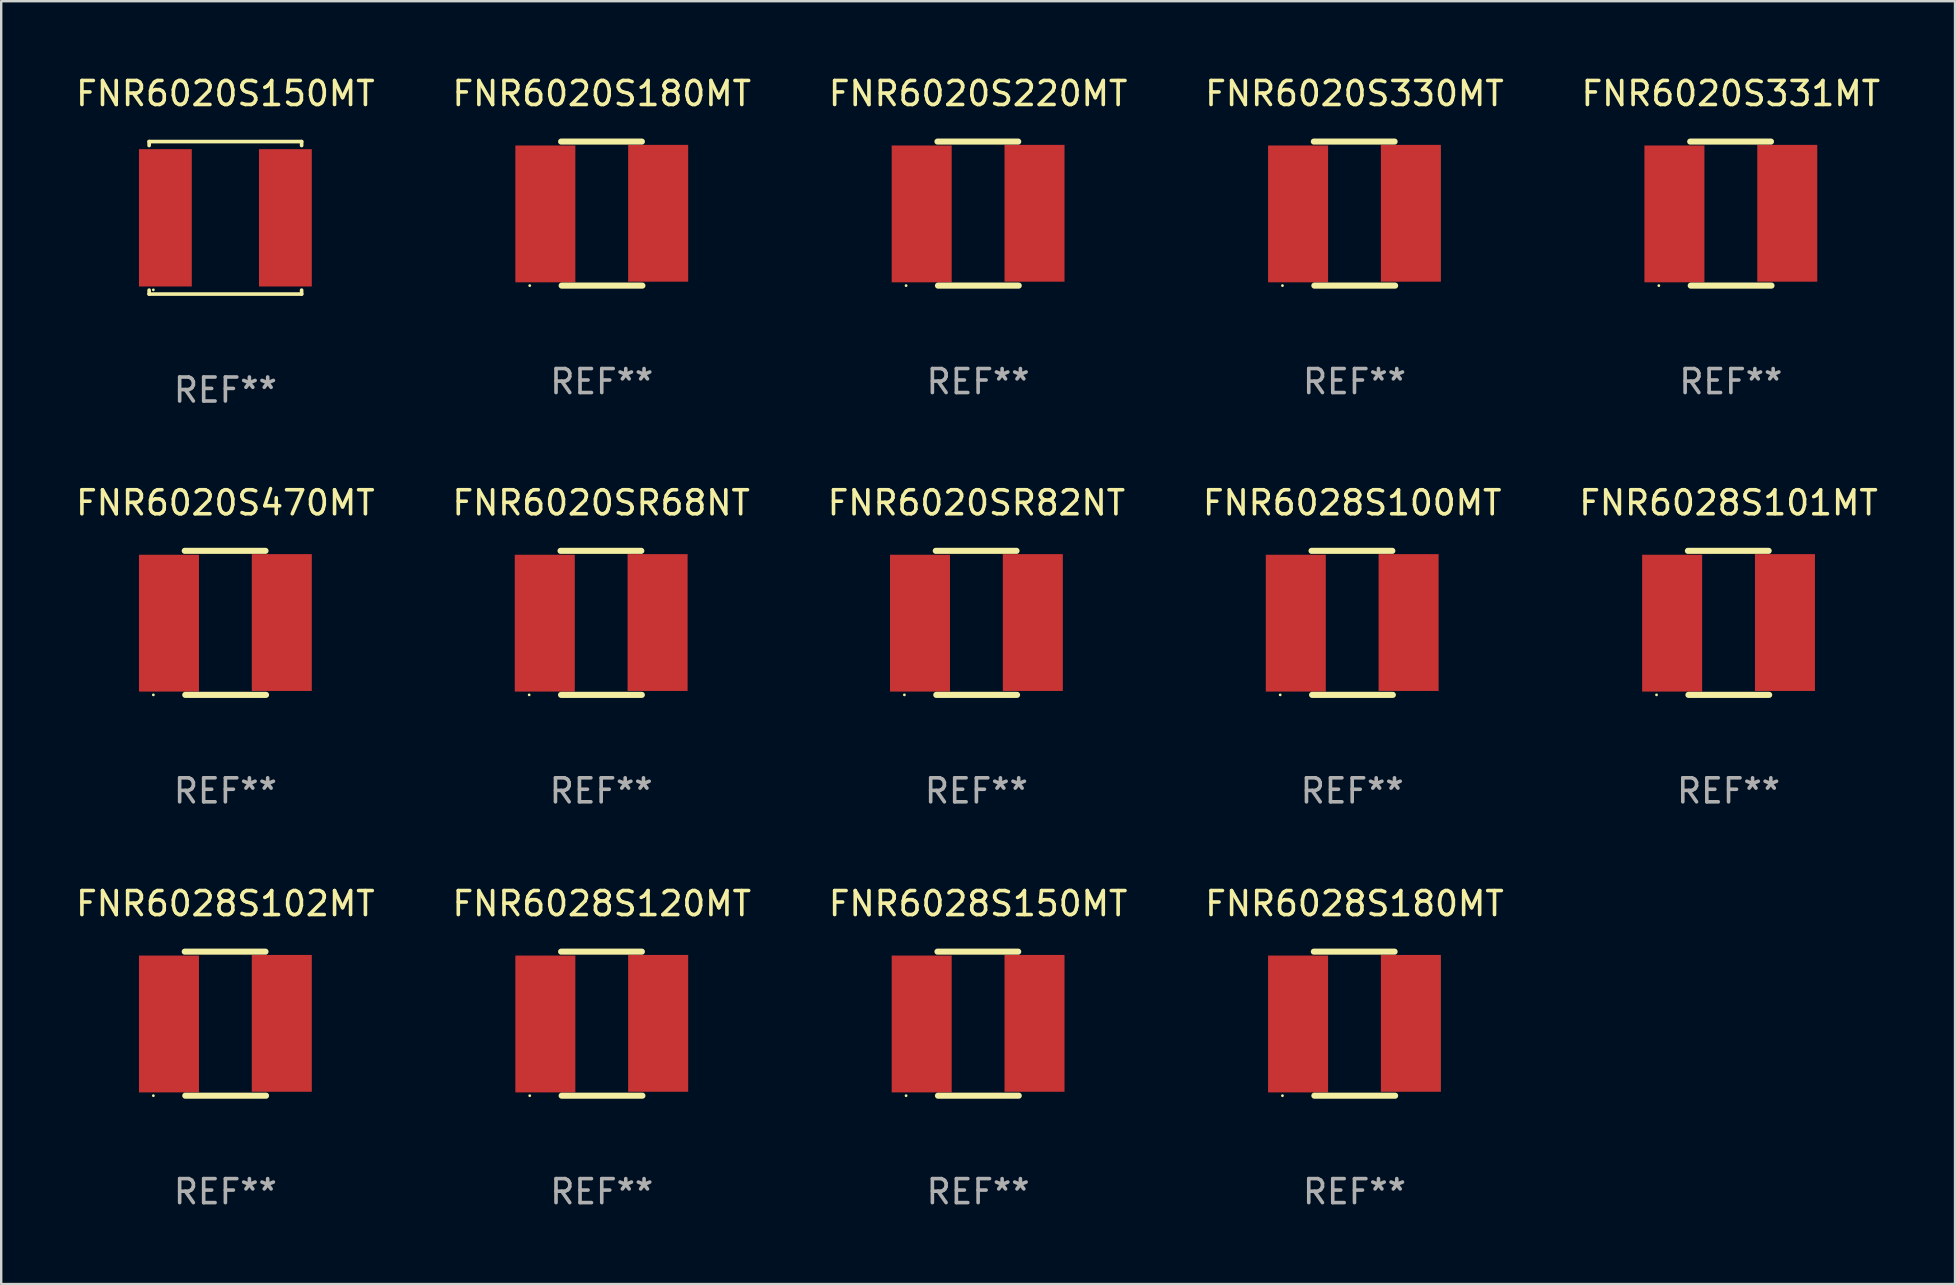
<source format=kicad_pcb>
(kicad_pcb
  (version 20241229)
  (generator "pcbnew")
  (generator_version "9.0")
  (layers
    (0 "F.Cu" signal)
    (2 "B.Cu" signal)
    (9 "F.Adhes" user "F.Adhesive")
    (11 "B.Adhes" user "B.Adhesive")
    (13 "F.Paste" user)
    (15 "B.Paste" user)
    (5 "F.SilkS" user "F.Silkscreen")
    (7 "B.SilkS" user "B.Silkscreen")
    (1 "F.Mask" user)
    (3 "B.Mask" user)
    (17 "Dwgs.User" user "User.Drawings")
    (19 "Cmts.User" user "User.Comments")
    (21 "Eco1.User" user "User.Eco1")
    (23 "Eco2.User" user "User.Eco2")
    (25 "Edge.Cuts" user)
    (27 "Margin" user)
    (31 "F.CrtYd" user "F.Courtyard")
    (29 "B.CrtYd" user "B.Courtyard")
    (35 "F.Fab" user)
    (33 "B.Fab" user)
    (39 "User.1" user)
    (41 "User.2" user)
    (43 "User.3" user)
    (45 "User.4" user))
  (footprint "FNR6028S120MT"
    (layer "F.Cu")
    (at 22.018 39.594)
    (property "Reference" "FNR6028S120MT" (at 0 -5 0) (layer "F.SilkS") (effects (font (size 1 1) (thickness 0.15))))
    (attr through_hole)
    (fp_line (start -1.693 -3) (end 1.671 -3) (stroke (width 0.254) (type solid)) (layer "F.SilkS"))
    (fp_line (start -1.671 3) (end 1.693 3) (stroke (width 0.254) (type solid)) (layer "F.SilkS"))
    (fp_circle (center -3 3) (end -2.97 3) (stroke (width 0.06) (type solid)) (fill no) (layer "F.SilkS"))
    (fp_text user "REF**" (at 0 7 0) (layer "F.Fab") (effects (font (size 1 1) (thickness 0.15))))
    (pad "1" smd rect (at -2.35 0.013) (size 2.5 5.7) (layers "F.Cu" "F.Mask" "F.Paste"))
    (pad "2" smd rect (at 2.35 -0.013) (size 2.5 5.7) (layers "F.Cu" "F.Mask" "F.Paste")))
  (footprint "FNR6020S220MT"
    (layer "F.Cu")
    (at 37.696 5.848)
    (property "Reference" "FNR6020S220MT" (at 0 -5 0) (layer "F.SilkS") (effects (font (size 1 1) (thickness 0.15))))
    (attr through_hole)
    (fp_line (start -1.693 -3) (end 1.671 -3) (stroke (width 0.254) (type solid)) (layer "F.SilkS"))
    (fp_line (start -1.671 3) (end 1.693 3) (stroke (width 0.254) (type solid)) (layer "F.SilkS"))
    (fp_circle (center -3 3) (end -2.97 3) (stroke (width 0.06) (type solid)) (fill no) (layer "F.SilkS"))
    (fp_text user "REF**" (at 0 7 0) (layer "F.Fab") (effects (font (size 1 1) (thickness 0.15))))
    (pad "1" smd rect (at -2.35 0.013) (size 2.5 5.7) (layers "F.Cu" "F.Mask" "F.Paste"))
    (pad "2" smd rect (at 2.35 -0.013) (size 2.5 5.7) (layers "F.Cu" "F.Mask" "F.Paste")))
  (footprint "FNR6028S180MT"
    (layer "F.Cu")
    (at 53.375 39.594)
    (property "Reference" "FNR6028S180MT" (at 0 -5 0) (layer "F.SilkS") (effects (font (size 1 1) (thickness 0.15))))
    (attr through_hole)
    (fp_line (start -1.693 -3) (end 1.671 -3) (stroke (width 0.254) (type solid)) (layer "F.SilkS"))
    (fp_line (start -1.671 3) (end 1.693 3) (stroke (width 0.254) (type solid)) (layer "F.SilkS"))
    (fp_circle (center -3 3) (end -2.97 3) (stroke (width 0.06) (type solid)) (fill no) (layer "F.SilkS"))
    (fp_text user "REF**" (at 0 7 0) (layer "F.Fab") (effects (font (size 1 1) (thickness 0.15))))
    (pad "1" smd rect (at -2.35 0.013) (size 2.5 5.7) (layers "F.Cu" "F.Mask" "F.Paste"))
    (pad "2" smd rect (at 2.35 -0.013) (size 2.5 5.7) (layers "F.Cu" "F.Mask" "F.Paste")))
  (footprint "FNR6020S180MT"
    (layer "F.Cu")
    (at 22.018 5.848)
    (property "Reference" "FNR6020S180MT" (at 0 -5 0) (layer "F.SilkS") (effects (font (size 1 1) (thickness 0.15))))
    (attr through_hole)
    (fp_line (start -1.693 -3) (end 1.671 -3) (stroke (width 0.254) (type solid)) (layer "F.SilkS"))
    (fp_line (start -1.671 3) (end 1.693 3) (stroke (width 0.254) (type solid)) (layer "F.SilkS"))
    (fp_circle (center -3 3) (end -2.97 3) (stroke (width 0.06) (type solid)) (fill no) (layer "F.SilkS"))
    (fp_text user "REF**" (at 0 7 0) (layer "F.Fab") (effects (font (size 1 1) (thickness 0.15))))
    (pad "1" smd rect (at -2.35 0.013) (size 2.5 5.7) (layers "F.Cu" "F.Mask" "F.Paste"))
    (pad "2" smd rect (at 2.35 -0.013) (size 2.5 5.7) (layers "F.Cu" "F.Mask" "F.Paste")))
  (footprint "FNR6028S150MT"
    (layer "F.Cu")
    (at 37.696 39.594)
    (property "Reference" "FNR6028S150MT" (at 0 -5 0) (layer "F.SilkS") (effects (font (size 1 1) (thickness 0.15))))
    (attr through_hole)
    (fp_line (start -1.693 -3) (end 1.671 -3) (stroke (width 0.254) (type solid)) (layer "F.SilkS"))
    (fp_line (start -1.671 3) (end 1.693 3) (stroke (width 0.254) (type solid)) (layer "F.SilkS"))
    (fp_circle (center -3 3) (end -2.97 3) (stroke (width 0.06) (type solid)) (fill no) (layer "F.SilkS"))
    (fp_text user "REF**" (at 0 7 0) (layer "F.Fab") (effects (font (size 1 1) (thickness 0.15))))
    (pad "1" smd rect (at -2.35 0.013) (size 2.5 5.7) (layers "F.Cu" "F.Mask" "F.Paste"))
    (pad "2" smd rect (at 2.35 -0.013) (size 2.5 5.7) (layers "F.Cu" "F.Mask" "F.Paste")))
  (footprint "FNR6020S330MT"
    (layer "F.Cu")
    (at 53.375 5.848)
    (property "Reference" "FNR6020S330MT" (at 0 -5 0) (layer "F.SilkS") (effects (font (size 1 1) (thickness 0.15))))
    (attr through_hole)
    (fp_line (start -1.693 -3) (end 1.671 -3) (stroke (width 0.254) (type solid)) (layer "F.SilkS"))
    (fp_line (start -1.671 3) (end 1.693 3) (stroke (width 0.254) (type solid)) (layer "F.SilkS"))
    (fp_circle (center -3 3) (end -2.97 3) (stroke (width 0.06) (type solid)) (fill no) (layer "F.SilkS"))
    (fp_text user "REF**" (at 0 7 0) (layer "F.Fab") (effects (font (size 1 1) (thickness 0.15))))
    (pad "1" smd rect (at -2.35 0.013) (size 2.5 5.7) (layers "F.Cu" "F.Mask" "F.Paste"))
    (pad "2" smd rect (at 2.35 -0.013) (size 2.5 5.7) (layers "F.Cu" "F.Mask" "F.Paste")))
  (footprint "FNR6020S150MT"
    (layer "F.Cu")
    (at 6.339 6.024)
    (property "Reference" "FNR6020S150MT" (at 0 -5.176 0) (layer "F.SilkS") (effects (font (size 1 1) (thickness 0.15))))
    (attr through_hole)
    (fp_line (start -3.176 -3.176) (end 3.176 -3.176) (stroke (width 0.152) (type solid)) (layer "F.SilkS"))
    (fp_line (start -3.176 -3.012) (end -3.176 -3.176) (stroke (width 0.152) (type solid)) (layer "F.SilkS"))
    (fp_line (start -3.176 3.012) (end -3.176 3.176) (stroke (width 0.152) (type solid)) (layer "F.SilkS"))
    (fp_line (start -3.176 3.176) (end 3.176 3.176) (stroke (width 0.152) (type solid)) (layer "F.SilkS"))
    (fp_line (start 3.176 -3.176) (end 3.176 -3.012) (stroke (width 0.152) (type solid)) (layer "F.SilkS"))
    (fp_line (start 3.176 3.176) (end 3.176 3.012) (stroke (width 0.152) (type solid)) (layer "F.SilkS"))
    (fp_circle (center -3 3) (end -2.97 3) (stroke (width 0.06) (type solid)) (fill no) (layer "F.SilkS"))
    (fp_text user "REF**" (at 0 7.176 0) (layer "F.Fab") (effects (font (size 1 1) (thickness 0.15))))
    (pad "1" smd rect (at -2.5 0) (size 2.2 5.72) (layers "F.Cu" "F.Mask" "F.Paste"))
    (pad "2" smd rect (at 2.5 0) (size 2.2 5.72) (layers "F.Cu" "F.Mask" "F.Paste")))
  (footprint "FNR6020SR82NT"
    (layer "F.Cu")
    (at 37.625 22.897)
    (property "Reference" "FNR6020SR82NT" (at 0 -5 0) (layer "F.SilkS") (effects (font (size 1 1) (thickness 0.15))))
    (attr through_hole)
    (fp_line (start -1.693 -3) (end 1.671 -3) (stroke (width 0.254) (type solid)) (layer "F.SilkS"))
    (fp_line (start -1.671 3) (end 1.693 3) (stroke (width 0.254) (type solid)) (layer "F.SilkS"))
    (fp_circle (center -3 3) (end -2.97 3) (stroke (width 0.06) (type solid)) (fill no) (layer "F.SilkS"))
    (fp_text user "REF**" (at 0 7 0) (layer "F.Fab") (effects (font (size 1 1) (thickness 0.15))))
    (pad "1" smd rect (at -2.35 0.013) (size 2.5 5.7) (layers "F.Cu" "F.Mask" "F.Paste"))
    (pad "2" smd rect (at 2.35 -0.013) (size 2.5 5.7) (layers "F.Cu" "F.Mask" "F.Paste")))
  (footprint "FNR6028S100MT"
    (layer "F.Cu")
    (at 53.28 22.897)
    (property "Reference" "FNR6028S100MT" (at 0 -5 0) (layer "F.SilkS") (effects (font (size 1 1) (thickness 0.15))))
    (attr through_hole)
    (fp_line (start -1.693 -3) (end 1.671 -3) (stroke (width 0.254) (type solid)) (layer "F.SilkS"))
    (fp_line (start -1.671 3) (end 1.693 3) (stroke (width 0.254) (type solid)) (layer "F.SilkS"))
    (fp_circle (center -3 3) (end -2.97 3) (stroke (width 0.06) (type solid)) (fill no) (layer "F.SilkS"))
    (fp_text user "REF**" (at 0 7 0) (layer "F.Fab") (effects (font (size 1 1) (thickness 0.15))))
    (pad "1" smd rect (at -2.35 0.013) (size 2.5 5.7) (layers "F.Cu" "F.Mask" "F.Paste"))
    (pad "2" smd rect (at 2.35 -0.013) (size 2.5 5.7) (layers "F.Cu" "F.Mask" "F.Paste")))
  (footprint "FNR6028S102MT"
    (layer "F.Cu")
    (at 6.339 39.594)
    (property "Reference" "FNR6028S102MT" (at 0 -5 0) (layer "F.SilkS") (effects (font (size 1 1) (thickness 0.15))))
    (attr through_hole)
    (fp_line (start -1.693 -3) (end 1.671 -3) (stroke (width 0.254) (type solid)) (layer "F.SilkS"))
    (fp_line (start -1.671 3) (end 1.693 3) (stroke (width 0.254) (type solid)) (layer "F.SilkS"))
    (fp_circle (center -3 3) (end -2.97 3) (stroke (width 0.06) (type solid)) (fill no) (layer "F.SilkS"))
    (fp_text user "REF**" (at 0 7 0) (layer "F.Fab") (effects (font (size 1 1) (thickness 0.15))))
    (pad "1" smd rect (at -2.35 0.013) (size 2.5 5.7) (layers "F.Cu" "F.Mask" "F.Paste"))
    (pad "2" smd rect (at 2.35 -0.013) (size 2.5 5.7) (layers "F.Cu" "F.Mask" "F.Paste")))
  (footprint "FNR6028S101MT"
    (layer "F.Cu")
    (at 68.958 22.897)
    (property "Reference" "FNR6028S101MT" (at 0 -5 0) (layer "F.SilkS") (effects (font (size 1 1) (thickness 0.15))))
    (attr through_hole)
    (fp_line (start -1.693 -3) (end 1.671 -3) (stroke (width 0.254) (type solid)) (layer "F.SilkS"))
    (fp_line (start -1.671 3) (end 1.693 3) (stroke (width 0.254) (type solid)) (layer "F.SilkS"))
    (fp_circle (center -3 3) (end -2.97 3) (stroke (width 0.06) (type solid)) (fill no) (layer "F.SilkS"))
    (fp_text user "REF**" (at 0 7 0) (layer "F.Fab") (effects (font (size 1 1) (thickness 0.15))))
    (pad "1" smd rect (at -2.35 0.013) (size 2.5 5.7) (layers "F.Cu" "F.Mask" "F.Paste"))
    (pad "2" smd rect (at 2.35 -0.013) (size 2.5 5.7) (layers "F.Cu" "F.Mask" "F.Paste")))
  (footprint "FNR6020S470MT"
    (layer "F.Cu")
    (at 6.339 22.897)
    (property "Reference" "FNR6020S470MT" (at 0 -5 0) (layer "F.SilkS") (effects (font (size 1 1) (thickness 0.15))))
    (attr through_hole)
    (fp_line (start -1.693 -3) (end 1.671 -3) (stroke (width 0.254) (type solid)) (layer "F.SilkS"))
    (fp_line (start -1.671 3) (end 1.693 3) (stroke (width 0.254) (type solid)) (layer "F.SilkS"))
    (fp_circle (center -3 3) (end -2.97 3) (stroke (width 0.06) (type solid)) (fill no) (layer "F.SilkS"))
    (fp_text user "REF**" (at 0 7 0) (layer "F.Fab") (effects (font (size 1 1) (thickness 0.15))))
    (pad "1" smd rect (at -2.35 0.013) (size 2.5 5.7) (layers "F.Cu" "F.Mask" "F.Paste"))
    (pad "2" smd rect (at 2.35 -0.013) (size 2.5 5.7) (layers "F.Cu" "F.Mask" "F.Paste")))
  (footprint "FNR6020SR68NT"
    (layer "F.Cu")
    (at 21.994 22.897)
    (property "Reference" "FNR6020SR68NT" (at 0 -5 0) (layer "F.SilkS") (effects (font (size 1 1) (thickness 0.15))))
    (attr through_hole)
    (fp_line (start -1.693 -3) (end 1.671 -3) (stroke (width 0.254) (type solid)) (layer "F.SilkS"))
    (fp_line (start -1.671 3) (end 1.693 3) (stroke (width 0.254) (type solid)) (layer "F.SilkS"))
    (fp_circle (center -3 3) (end -2.97 3) (stroke (width 0.06) (type solid)) (fill no) (layer "F.SilkS"))
    (fp_text user "REF**" (at 0 7 0) (layer "F.Fab") (effects (font (size 1 1) (thickness 0.15))))
    (pad "1" smd rect (at -2.35 0.013) (size 2.5 5.7) (layers "F.Cu" "F.Mask" "F.Paste"))
    (pad "2" smd rect (at 2.35 -0.013) (size 2.5 5.7) (layers "F.Cu" "F.Mask" "F.Paste")))
  (footprint "FNR6020S331MT"
    (layer "F.Cu")
    (at 69.054 5.848)
    (property "Reference" "FNR6020S331MT" (at 0 -5 0) (layer "F.SilkS") (effects (font (size 1 1) (thickness 0.15))))
    (attr through_hole)
    (fp_line (start -1.693 -3) (end 1.671 -3) (stroke (width 0.254) (type solid)) (layer "F.SilkS"))
    (fp_line (start -1.671 3) (end 1.693 3) (stroke (width 0.254) (type solid)) (layer "F.SilkS"))
    (fp_circle (center -3 3) (end -2.97 3) (stroke (width 0.06) (type solid)) (fill no) (layer "F.SilkS"))
    (fp_text user "REF**" (at 0 7 0) (layer "F.Fab") (effects (font (size 1 1) (thickness 0.15))))
    (pad "1" smd rect (at -2.35 0.013) (size 2.5 5.7) (layers "F.Cu" "F.Mask" "F.Paste"))
    (pad "2" smd rect (at 2.35 -0.013) (size 2.5 5.7) (layers "F.Cu" "F.Mask" "F.Paste")))
  (gr_rect
    (start -3 -3)
    (end 78.393 50.442)
    (stroke (width 0.1) (type default))
    (fill no)
    (layer "Edge.Cuts")))
</source>
